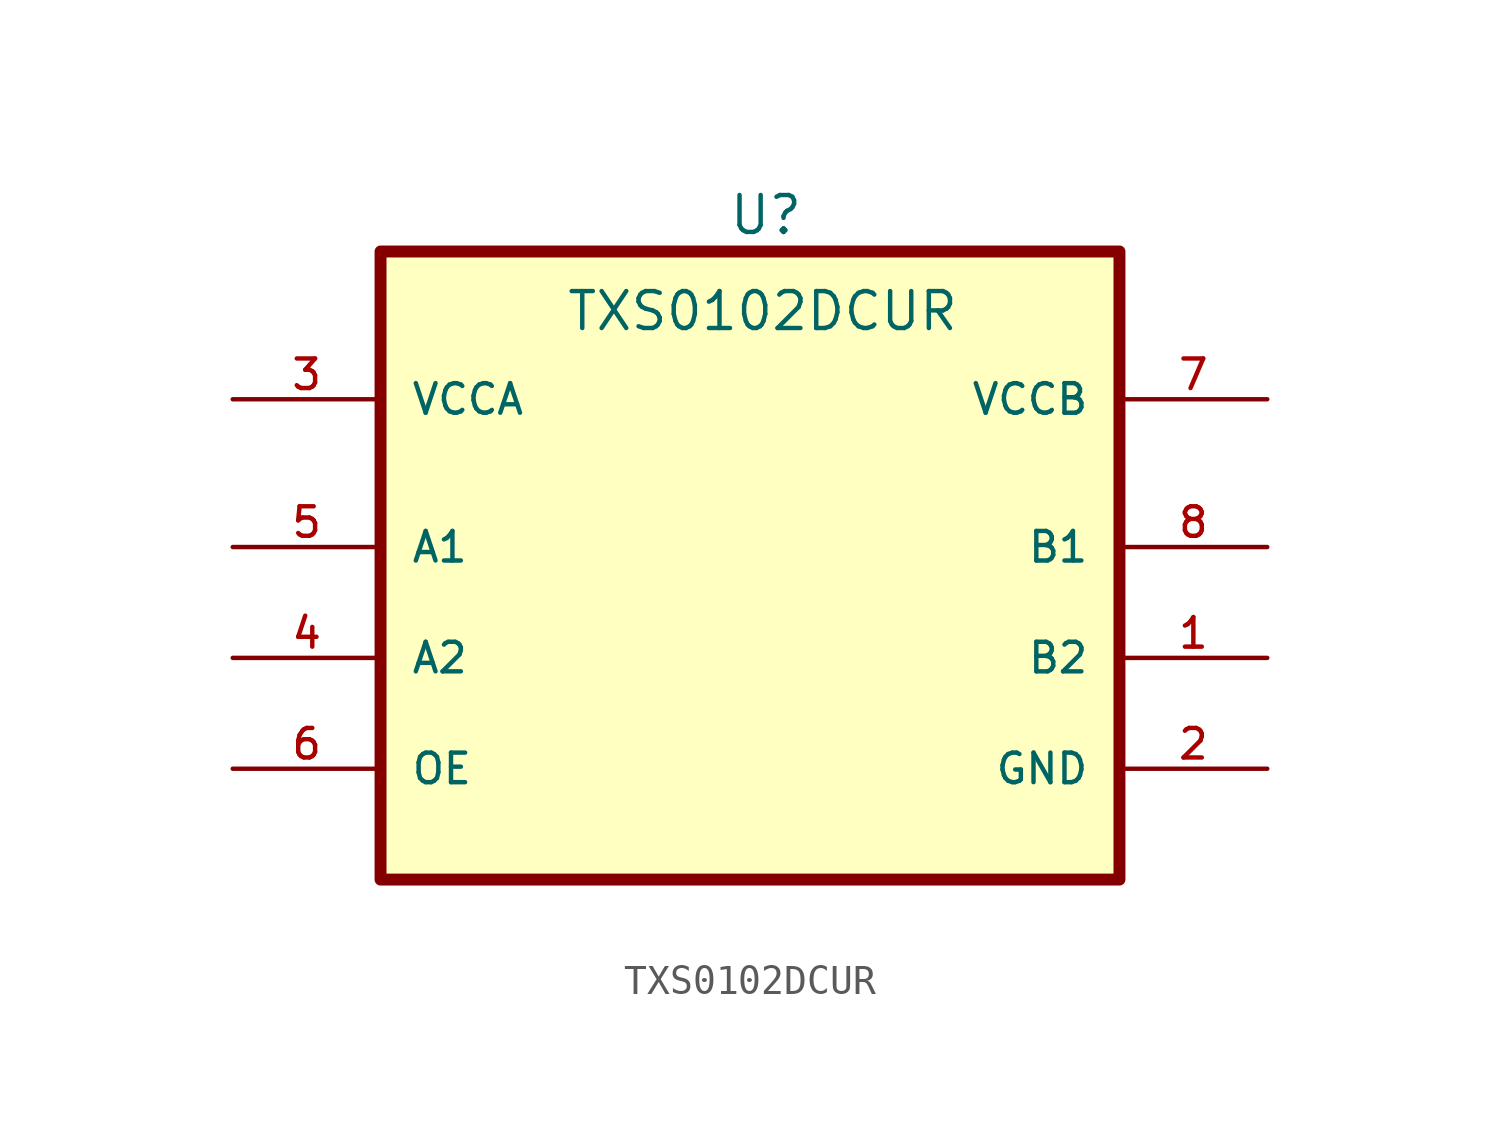
<source format=kicad_sym>
(kicad_symbol_lib
  (version 20231120)
  (generator "kicad_symbol_editor")
  (generator_version "8.0")
  (symbol "TXS0102DCUR"
    (pin_names
      (offset 1.016))
    (property "Reference" "U"
      (at -0.762 11.938 0)
      (effects (font (size 1.27 1.27)) (justify left bottom)))
    (property "Value" "TXS0102DCUR"
      (at -6.35 8.636 0)
      (effects (font (size 1.27 1.27)) (justify left bottom)))
    (symbol "TXS0102DCUR_0_0"
      (rectangle (start -12.7 11.43) (end 12.7 -10.16) (stroke (width 0.41) (type default)) (fill (type background)))
      (pin bidirectional line (at 17.78 -2.54 180) (length 5.08) (name "B2" (effects (font (size 1.016 1.016)))) (number "1" (effects (font (size 1.016 1.016)))))
      (pin power_in line (at 17.78 -6.35 180) (length 5.08) (name "GND" (effects (font (size 1.016 1.016)))) (number "2" (effects (font (size 1.016 1.016)))))
      (pin power_in line (at -17.78 6.35 0) (length 5.08) (name "VCCA" (effects (font (size 1.016 1.016)))) (number "3" (effects (font (size 1.016 1.016)))))
      (pin bidirectional line (at -17.78 -2.54 0) (length 5.08) (name "A2" (effects (font (size 1.016 1.016)))) (number "4" (effects (font (size 1.016 1.016)))))
      (pin bidirectional line (at -17.78 1.27 0) (length 5.08) (name "A1" (effects (font (size 1.016 1.016)))) (number "5" (effects (font (size 1.016 1.016)))))
      (pin input line (at -17.78 -6.35 0) (length 5.08) (name "OE" (effects (font (size 1.016 1.016)))) (number "6" (effects (font (size 1.016 1.016)))))
      (pin power_in line (at 17.78 6.35 180) (length 5.08) (name "VCCB" (effects (font (size 1.016 1.016)))) (number "7" (effects (font (size 1.016 1.016)))))
      (pin bidirectional line (at 17.78 1.27 180) (length 5.08) (name "B1" (effects (font (size 1.016 1.016)))) (number "8" (effects (font (size 1.016 1.016))))))))
</source>
